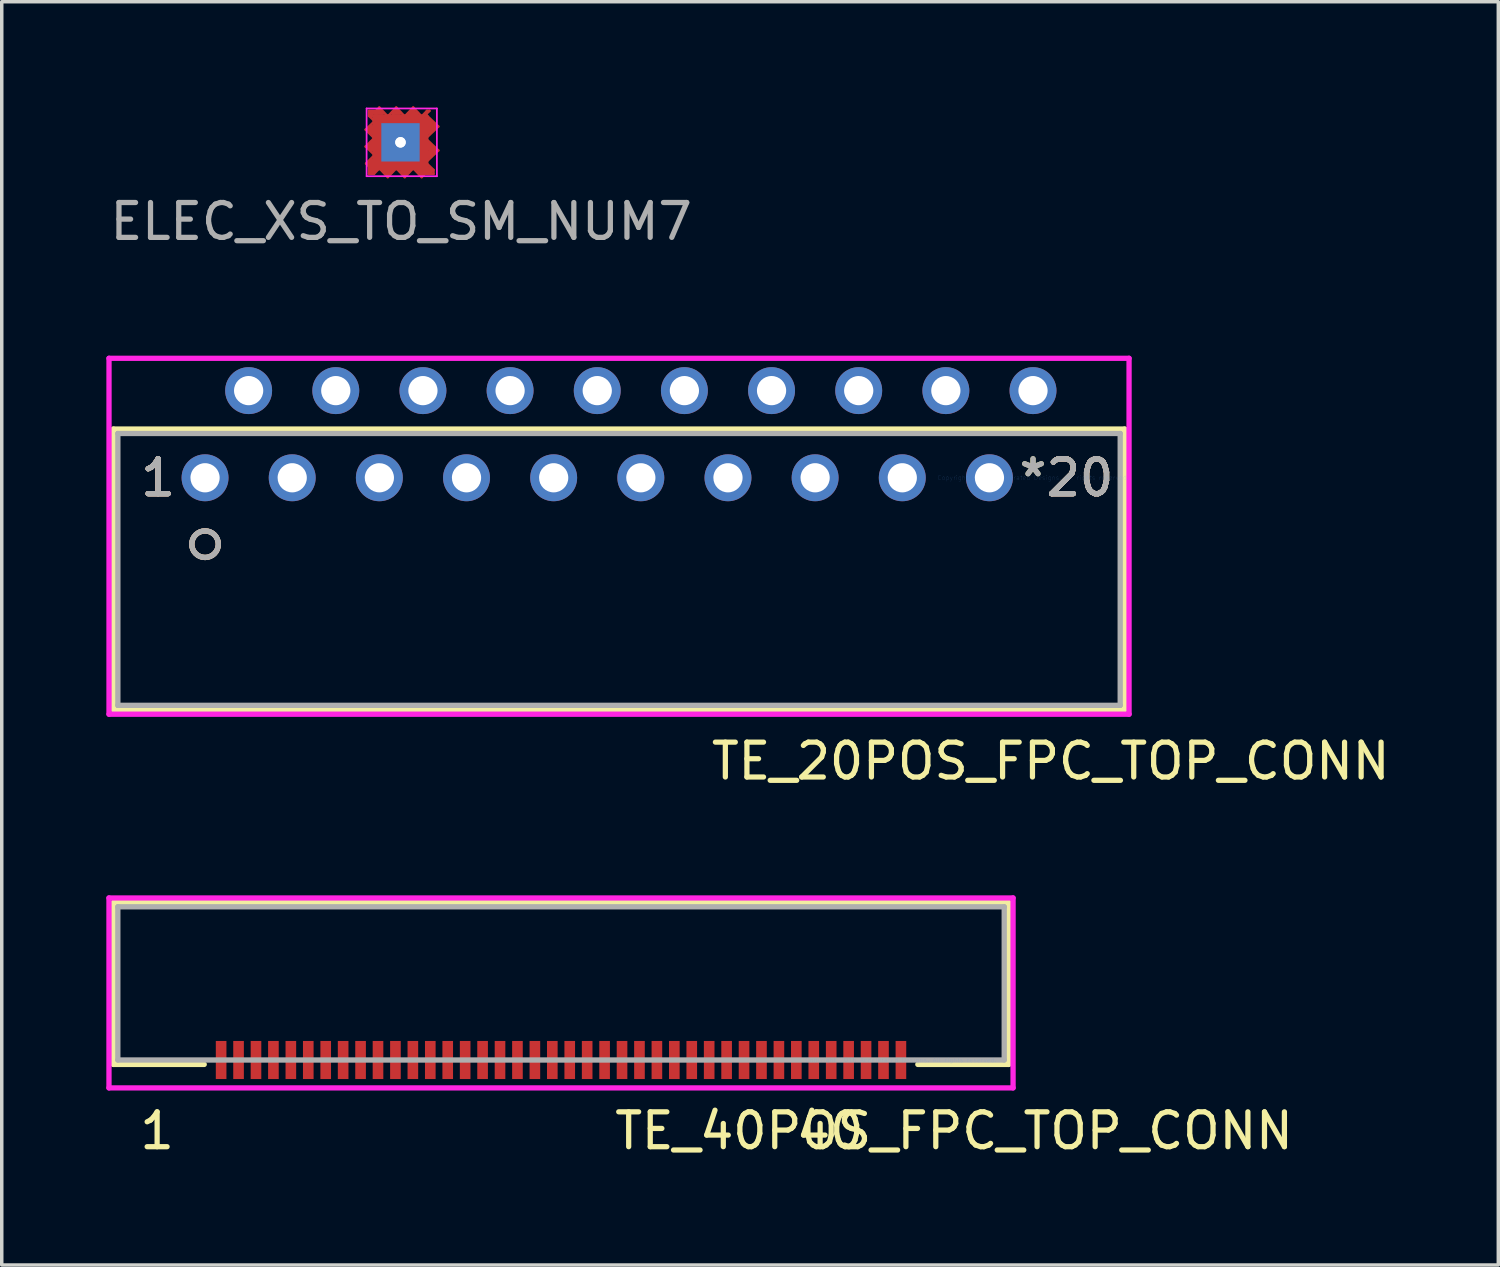
<source format=kicad_pcb>
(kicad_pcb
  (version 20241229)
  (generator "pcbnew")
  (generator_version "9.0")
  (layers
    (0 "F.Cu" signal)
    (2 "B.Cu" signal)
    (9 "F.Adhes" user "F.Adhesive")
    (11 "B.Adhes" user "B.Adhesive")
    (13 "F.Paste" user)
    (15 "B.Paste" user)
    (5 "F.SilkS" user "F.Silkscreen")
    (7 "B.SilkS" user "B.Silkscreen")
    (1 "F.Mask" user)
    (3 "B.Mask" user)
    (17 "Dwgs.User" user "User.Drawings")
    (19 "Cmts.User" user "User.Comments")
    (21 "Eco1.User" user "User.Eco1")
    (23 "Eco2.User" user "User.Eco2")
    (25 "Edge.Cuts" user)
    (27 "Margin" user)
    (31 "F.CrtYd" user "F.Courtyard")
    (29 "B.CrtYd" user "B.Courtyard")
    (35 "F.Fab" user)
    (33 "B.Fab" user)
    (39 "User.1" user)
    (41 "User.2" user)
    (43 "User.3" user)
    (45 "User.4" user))
  (footprint "TE_20POS_FPC_TOP_CONN"
    (layer "F.Cu")
    (at 26.582 10.655)
    (property "Reference" "TE_20POS_FPC_TOP_CONN" (at 0.508 8.128 0) (layer "F.SilkS") (effects (font (size 1 1) (thickness 0.15))))
    (attr through_hole)
    (fp_line (start -26.378 -1.397) (end -26.378 6.655) (stroke (width 0.152) (type solid)) (layer "F.SilkS"))
    (fp_line (start -26.378 6.655) (end 2.628 6.655) (stroke (width 0.152) (type solid)) (layer "F.SilkS"))
    (fp_line (start 2.628 -1.397) (end -26.378 -1.397) (stroke (width 0.152) (type solid)) (layer "F.SilkS"))
    (fp_line (start 2.628 6.655) (end 2.628 -1.397) (stroke (width 0.152) (type solid)) (layer "F.SilkS"))
    (fp_circle (center -23.75 1.905) (end -23.369 1.905) (stroke (width 0.152) (type solid)) (fill no) (layer "F.SilkS"))
    (fp_circle (center -23.75 1.905) (end -23.369 1.905) (stroke (width 0.152) (type solid)) (fill no) (layer "B.SilkS"))
    (fp_line (start -26.505 -3.427) (end -26.505 6.782) (stroke (width 0.152) (type solid)) (layer "F.CrtYd"))
    (fp_line (start -26.505 6.782) (end 2.755 6.782) (stroke (width 0.152) (type solid)) (layer "F.CrtYd"))
    (fp_line (start 2.755 -3.427) (end -26.505 -3.427) (stroke (width 0.152) (type solid)) (layer "F.CrtYd"))
    (fp_line (start 2.755 6.782) (end 2.755 -3.427) (stroke (width 0.152) (type solid)) (layer "F.CrtYd"))
    (fp_line (start -26.251 -1.27) (end -26.251 6.528) (stroke (width 0.152) (type solid)) (layer "F.Fab"))
    (fp_line (start -26.251 6.528) (end 2.501 6.528) (stroke (width 0.152) (type solid)) (layer "F.Fab"))
    (fp_line (start 2.501 -1.27) (end -26.251 -1.27) (stroke (width 0.152) (type solid)) (layer "F.Fab"))
    (fp_line (start 2.501 6.528) (end 2.501 -1.27) (stroke (width 0.152) (type solid)) (layer "F.Fab"))
    (fp_circle (center -23.75 1.905) (end -23.369 1.905) (stroke (width 0.152) (type solid)) (fill no) (layer "F.Fab"))
    (fp_text user "20" (at 1.346 0 0) (layer "F.SilkS") (effects (font (size 1 1) (thickness 0.15))))
    (fp_text user "1" (at -25.096 0 0) (layer "F.SilkS") (effects (font (size 1 1) (thickness 0.15))))
    (fp_text user "*" (at 0 0 0) (layer "F.SilkS") (effects (font (size 1 1) (thickness 0.15))))
    (fp_text user "20" (at 1.346 0 0) (layer "F.SilkS") (effects (font (size 1 1) (thickness 0.15))))
    (fp_text user "1" (at -25.096 0 0) (layer "F.SilkS") (effects (font (size 1 1) (thickness 0.15))))
    (fp_text user "1" (at -25.096 0 0) (layer "B.SilkS") (effects (font (size 1 1) (thickness 0.15))))
    (fp_text user "20" (at 1.346 0 0) (layer "B.SilkS") (effects (font (size 1 1) (thickness 0.15))))
    (fp_text user "20" (at 1.346 0 0) (layer "B.SilkS") (effects (font (size 1 1) (thickness 0.15))))
    (fp_text user "1" (at -25.096 0 0) (layer "B.SilkS") (effects (font (size 1 1) (thickness 0.15))))
    (fp_text user "Copyright 2016 Accelerated Designs. All rights reserved." (at 0 0 0) (layer "Cmts.User") (effects (font (size 0.127 0.127) (thickness 0.002))))
    (fp_text user "1" (at -25.096 0 0) (layer "F.Fab") (effects (font (size 1 1) (thickness 0.15))))
    (fp_text user "1" (at -25.096 0 0) (layer "F.Fab") (effects (font (size 1 1) (thickness 0.15))))
    (fp_text user "*" (at 0 0 0) (layer "F.Fab") (effects (font (size 1 1) (thickness 0.15))))
    (fp_text user "20" (at 1.346 0 0) (layer "F.Fab") (effects (font (size 1 1) (thickness 0.15))))
    (fp_text user "20" (at 1.346 0 0) (layer "F.Fab") (effects (font (size 1 1) (thickness 0.15))))
    (pad "1" thru_hole circle (at -23.75 0) (size 1.346 1.346) (drill 0.838) (layers "*.Cu" "*.Mask"))
    (pad "2" thru_hole circle (at -22.5 -2.5) (size 1.346 1.346) (drill 0.838) (layers "*.Cu" "*.Mask"))
    (pad "3" thru_hole circle (at -21.25 0) (size 1.346 1.346) (drill 0.838) (layers "*.Cu" "*.Mask"))
    (pad "4" thru_hole circle (at -20 -2.5) (size 1.346 1.346) (drill 0.838) (layers "*.Cu" "*.Mask"))
    (pad "5" thru_hole circle (at -18.75 0) (size 1.346 1.346) (drill 0.838) (layers "*.Cu" "*.Mask"))
    (pad "6" thru_hole circle (at -17.5 -2.5) (size 1.346 1.346) (drill 0.838) (layers "*.Cu" "*.Mask"))
    (pad "7" thru_hole circle (at -16.25 0) (size 1.346 1.346) (drill 0.838) (layers "*.Cu" "*.Mask"))
    (pad "8" thru_hole circle (at -15 -2.5) (size 1.346 1.346) (drill 0.838) (layers "*.Cu" "*.Mask"))
    (pad "9" thru_hole circle (at -13.75 0) (size 1.346 1.346) (drill 0.838) (layers "*.Cu" "*.Mask"))
    (pad "10" thru_hole circle (at -12.5 -2.5) (size 1.346 1.346) (drill 0.838) (layers "*.Cu" "*.Mask"))
    (pad "11" thru_hole circle (at -11.25 0) (size 1.346 1.346) (drill 0.838) (layers "*.Cu" "*.Mask"))
    (pad "12" thru_hole circle (at -10 -2.5) (size 1.346 1.346) (drill 0.838) (layers "*.Cu" "*.Mask"))
    (pad "13" thru_hole circle (at -8.75 0) (size 1.346 1.346) (drill 0.838) (layers "*.Cu" "*.Mask"))
    (pad "14" thru_hole circle (at -7.5 -2.5) (size 1.346 1.346) (drill 0.838) (layers "*.Cu" "*.Mask"))
    (pad "15" thru_hole circle (at -6.25 0) (size 1.346 1.346) (drill 0.838) (layers "*.Cu" "*.Mask"))
    (pad "16" thru_hole circle (at -5 -2.5) (size 1.346 1.346) (drill 0.838) (layers "*.Cu" "*.Mask"))
    (pad "17" thru_hole circle (at -3.75 0) (size 1.346 1.346) (drill 0.838) (layers "*.Cu" "*.Mask"))
    (pad "18" thru_hole circle (at -2.5 -2.5) (size 1.346 1.346) (drill 0.838) (layers "*.Cu" "*.Mask"))
    (pad "19" thru_hole circle (at -1.25 0) (size 1.346 1.346) (drill 0.838) (layers "*.Cu" "*.Mask"))
    (pad "20" thru_hole circle (at 0 -2.5) (size 1.346 1.346) (drill 0.838) (layers "*.Cu" "*.Mask")))
  (footprint "ELEC_XS_TO_SM_NUM7"
    (layer "F.Cu")
    (at 8.438 1.033)
    (property "Reference" "ELEC_XS_TO_SM_NUM7" (at 0.02 2.271 0) (layer "F.Fab") (effects (font (size 1 1) (thickness 0.15))))
    (attr through_hole)
    (fp_line (start -0.998 -0.365) (end -0.755 -0.122) (stroke (width 0.071) (type solid)) (layer "F.Cu"))
    (fp_line (start -0.998 0.121) (end -0.743 0.364) (stroke (width 0.071) (type solid)) (layer "F.Cu"))
    (fp_line (start -0.902 -0.759) (end -0.743 -0.607) (stroke (width 0.071) (type solid)) (layer "F.Cu"))
    (fp_line (start -0.902 -0.902) (end -0.902 -0.759) (stroke (width 0.071) (type solid)) (layer "F.Cu"))
    (fp_line (start -0.902 -0.902) (end -0.699 -0.902) (stroke (width 0.071) (type solid)) (layer "F.Cu"))
    (fp_line (start -0.902 0.698) (end -0.986 0.607) (stroke (width 0.071) (type solid)) (layer "F.Cu"))
    (fp_line (start -0.902 0.902) (end -0.902 0.699) (stroke (width 0.071) (type solid)) (layer "F.Cu"))
    (fp_line (start -0.902 0.902) (end -0.759 0.902) (stroke (width 0.071) (type solid)) (layer "F.Cu"))
    (fp_line (start -0.856 -0.851) (end -0.742 -0.851) (stroke (width 0.12) (type solid)) (layer "F.Cu"))
    (fp_line (start -0.843 0.734) (end -0.843 0.831) (stroke (width 0.12) (type solid)) (layer "F.Cu"))
    (fp_line (start -0.843 0.831) (end -0.754 0.831) (stroke (width 0.12) (type solid)) (layer "F.Cu"))
    (fp_line (start -0.841 -0.262) (end -0.912 -0.376) (stroke (width 0.12) (type solid)) (layer "F.Cu"))
    (fp_line (start -0.838 -0.455) (end -0.841 -0.262) (stroke (width 0.12) (type solid)) (layer "F.Cu"))
    (fp_line (start -0.838 0.211) (end -0.909 0.107) (stroke (width 0.12) (type solid)) (layer "F.Cu"))
    (fp_line (start -0.838 0.511) (end -0.836 0.699) (stroke (width 0.12) (type solid)) (layer "F.Cu"))
    (fp_line (start -0.836 0.699) (end -0.907 0.597) (stroke (width 0.12) (type solid)) (layer "F.Cu"))
    (fp_line (start -0.833 0.008) (end -0.838 0.211) (stroke (width 0.12) (type solid)) (layer "F.Cu"))
    (fp_line (start -0.831 -0.843) (end -0.836 -0.757) (stroke (width 0.12) (type solid)) (layer "F.Cu"))
    (fp_line (start -0.755 -0.122) (end -0.998 0.121) (stroke (width 0.071) (type solid)) (layer "F.Cu"))
    (fp_line (start -0.752 -0.752) (end -0.752 0.752) (stroke (width 0.1) (type solid)) (layer "F.Cu"))
    (fp_line (start -0.752 -0.752) (end 0.752 -0.752) (stroke (width 0.1) (type solid)) (layer "F.Cu"))
    (fp_line (start -0.743 -0.607) (end -0.998 -0.365) (stroke (width 0.071) (type solid)) (layer "F.Cu"))
    (fp_line (start -0.743 0.364) (end -0.986 0.607) (stroke (width 0.071) (type solid)) (layer "F.Cu"))
    (fp_line (start -0.706 -0.846) (end -0.599 -0.917) (stroke (width 0.12) (type solid)) (layer "F.Cu"))
    (fp_line (start -0.66 -0.635) (end 0.635 -0.635) (stroke (width 0.2) (type solid)) (layer "F.Cu"))
    (fp_line (start -0.635 0.635) (end -0.635 -0.635) (stroke (width 0.2) (type solid)) (layer "F.Cu"))
    (fp_line (start -0.608 -0.998) (end -0.699 -0.902) (stroke (width 0.071) (type solid)) (layer "F.Cu"))
    (fp_line (start -0.607 0.743) (end -0.759 0.902) (stroke (width 0.071) (type solid)) (layer "F.Cu"))
    (fp_line (start -0.511 -0.846) (end -0.706 -0.846) (stroke (width 0.12) (type solid)) (layer "F.Cu"))
    (fp_line (start -0.465 0.836) (end -0.262 0.836) (stroke (width 0.12) (type solid)) (layer "F.Cu"))
    (fp_line (start -0.365 -0.743) (end -0.608 -0.998) (stroke (width 0.071) (type solid)) (layer "F.Cu"))
    (fp_line (start -0.364 0.998) (end -0.607 0.743) (stroke (width 0.071) (type solid)) (layer "F.Cu"))
    (fp_line (start -0.262 0.836) (end -0.376 0.904) (stroke (width 0.12) (type solid)) (layer "F.Cu"))
    (fp_line (start -0.216 -0.846) (end -0.114 -0.907) (stroke (width 0.12) (type solid)) (layer "F.Cu"))
    (fp_line (start -0.122 -0.998) (end -0.365 -0.743) (stroke (width 0.071) (type solid)) (layer "F.Cu"))
    (fp_line (start -0.121 0.743) (end -0.364 0.998) (stroke (width 0.071) (type solid)) (layer "F.Cu"))
    (fp_line (start -0.023 -0.846) (end -0.216 -0.846) (stroke (width 0.12) (type solid)) (layer "F.Cu"))
    (fp_line (start 0.033 0.841) (end 0.221 0.841) (stroke (width 0.12) (type solid)) (layer "F.Cu"))
    (fp_line (start 0.121 -0.743) (end -0.122 -0.998) (stroke (width 0.071) (type solid)) (layer "F.Cu"))
    (fp_line (start 0.122 0.998) (end -0.121 0.743) (stroke (width 0.071) (type solid)) (layer "F.Cu"))
    (fp_line (start 0.221 0.841) (end 0.112 0.917) (stroke (width 0.12) (type solid)) (layer "F.Cu"))
    (fp_line (start 0.259 -0.833) (end 0.376 -0.899) (stroke (width 0.12) (type solid)) (layer "F.Cu"))
    (fp_line (start 0.365 -0.998) (end 0.121 -0.743) (stroke (width 0.071) (type solid)) (layer "F.Cu"))
    (fp_line (start 0.365 0.743) (end 0.122 0.998) (stroke (width 0.071) (type solid)) (layer "F.Cu"))
    (fp_line (start 0.47 -0.831) (end 0.259 -0.833) (stroke (width 0.12) (type solid)) (layer "F.Cu"))
    (fp_line (start 0.516 0.836) (end 0.749 0.833) (stroke (width 0.12) (type solid)) (layer "F.Cu"))
    (fp_line (start 0.607 -0.743) (end 0.365 -0.998) (stroke (width 0.071) (type solid)) (layer "F.Cu"))
    (fp_line (start 0.608 0.998) (end 0.365 0.743) (stroke (width 0.071) (type solid)) (layer "F.Cu"))
    (fp_line (start 0.608 0.998) (end 0.699 0.902) (stroke (width 0.071) (type solid)) (layer "F.Cu"))
    (fp_line (start 0.625 -0.64) (end 0.625 0.655) (stroke (width 0.2) (type solid)) (layer "F.Cu"))
    (fp_line (start 0.635 0.635) (end -0.66 0.635) (stroke (width 0.2) (type solid)) (layer "F.Cu"))
    (fp_line (start 0.701 0.737) (end 0.833 0.818) (stroke (width 0.2) (type solid)) (layer "F.Cu"))
    (fp_line (start 0.724 -0.798) (end 1.084 -0.454) (stroke (width 0.071) (type solid)) (layer "F.Cu"))
    (fp_line (start 0.724 -0.111) (end 1.084 0.233) (stroke (width 0.071) (type solid)) (layer "F.Cu"))
    (fp_line (start 0.737 0.041) (end 0.94 0.239) (stroke (width 0.2) (type solid)) (layer "F.Cu"))
    (fp_line (start 0.749 0.833) (end 0.605 0.899) (stroke (width 0.12) (type solid)) (layer "F.Cu"))
    (fp_line (start 0.752 -0.752) (end 0.752 0.752) (stroke (width 0.1) (type solid)) (layer "F.Cu"))
    (fp_line (start 0.752 0.752) (end -0.752 0.752) (stroke (width 0.1) (type solid)) (layer "F.Cu"))
    (fp_line (start 0.759 -0.902) (end 0.607 -0.743) (stroke (width 0.071) (type solid)) (layer "F.Cu"))
    (fp_line (start 0.759 -0.902) (end 0.831 -0.902) (stroke (width 0.071) (type solid)) (layer "F.Cu"))
    (fp_line (start 0.767 -0.635) (end 0.935 -0.457) (stroke (width 0.2) (type solid)) (layer "F.Cu"))
    (fp_line (start 0.831 -0.902) (end 0.724 -0.798) (stroke (width 0.071) (type solid)) (layer "F.Cu"))
    (fp_line (start 0.935 -0.457) (end 0.777 -0.32) (stroke (width 0.2) (type solid)) (layer "F.Cu"))
    (fp_line (start 0.94 0.239) (end 0.742 0.401) (stroke (width 0.2) (type solid)) (layer "F.Cu"))
    (fp_line (start 0.948 0.792) (end 0.724 0.577) (stroke (width 0.071) (type solid)) (layer "F.Cu"))
    (fp_line (start 0.948 0.902) (end 0.699 0.902) (stroke (width 0.071) (type solid)) (layer "F.Cu"))
    (fp_line (start 0.948 0.902) (end 0.948 0.792) (stroke (width 0.071) (type solid)) (layer "F.Cu"))
    (fp_line (start 1.084 -0.454) (end 0.724 -0.111) (stroke (width 0.071) (type solid)) (layer "F.Cu"))
    (fp_line (start 1.084 0.233) (end 0.724 0.577) (stroke (width 0.071) (type solid)) (layer "F.Cu"))
    (fp_line (start -0.972 -0.972) (end -0.972 0.972) (stroke (width 0.05) (type solid)) (layer "F.CrtYd"))
    (fp_line (start -0.972 -0.972) (end 1.044 -0.972) (stroke (width 0.05) (type solid)) (layer "F.CrtYd"))
    (fp_line (start -0.972 0.972) (end 1.044 0.972) (stroke (width 0.05) (type solid)) (layer "F.CrtYd"))
    (fp_line (start 1.044 -0.972) (end 1.044 0.972) (stroke (width 0.05) (type solid)) (layer "F.CrtYd"))
    (pad "1" thru_hole circle (at 0 0) (size 0.605 0.605) (drill 0.3) (layers "*.Cu" "*.Mask"))
    (pad "1" thru_hole rect (at 0 0) (size 1.1 1.1) (drill 0.3) (layers "F.Cu" "F.Mask")))
  (footprint "TE_40POS_FPC_TOP_CONN"
    (layer "F.Cu")
    (at 22.793 27.356)
    (property "Reference" "TE_40POS_FPC_TOP_CONN" (at 1.524 2.032 0) (layer "F.SilkS") (effects (font (size 1 1) (thickness 0.15))))
    (attr through_hole)
    (fp_line (start -22.59 -4.521) (end -22.59 0.127) (stroke (width 0.152) (type solid)) (layer "F.SilkS"))
    (fp_line (start -22.59 0.127) (end -19.985 0.127) (stroke (width 0.152) (type solid)) (layer "F.SilkS"))
    (fp_line (start 0.485 0.127) (end 3.09 0.127) (stroke (width 0.152) (type solid)) (layer "F.SilkS"))
    (fp_line (start 3.09 -4.521) (end -22.59 -4.521) (stroke (width 0.152) (type solid)) (layer "F.SilkS"))
    (fp_line (start 3.09 0.127) (end 3.09 -4.521) (stroke (width 0.152) (type solid)) (layer "F.SilkS"))
    (fp_line (start -22.717 -4.648) (end -22.717 0.8) (stroke (width 0.152) (type solid)) (layer "F.CrtYd"))
    (fp_line (start -22.717 0.8) (end 3.217 0.8) (stroke (width 0.152) (type solid)) (layer "F.CrtYd"))
    (fp_line (start 3.217 -4.648) (end -22.717 -4.648) (stroke (width 0.152) (type solid)) (layer "F.CrtYd"))
    (fp_line (start 3.217 0.8) (end 3.217 -4.648) (stroke (width 0.152) (type solid)) (layer "F.CrtYd"))
    (fp_line (start -22.463 -4.394) (end -22.463 0) (stroke (width 0.152) (type solid)) (layer "F.Fab"))
    (fp_line (start -22.463 0) (end 2.963 0) (stroke (width 0.152) (type solid)) (layer "F.Fab"))
    (fp_line (start 2.963 -4.394) (end -22.463 -4.394) (stroke (width 0.152) (type solid)) (layer "F.Fab"))
    (fp_line (start 2.963 0) (end 2.963 -4.394) (stroke (width 0.152) (type solid)) (layer "F.Fab"))
    (fp_text user "1" (at -21.336 2.032 0) (layer "F.SilkS") (effects (font (size 1 1) (thickness 0.15))))
    (fp_text user "40" (at -2.032 2.032 0) (layer "F.SilkS") (effects (font (size 1 1) (thickness 0.15))))
    (fp_text user "Copyright 2016 Accelerated Designs. All rights reserved." (at 0 0 0) (layer "Cmts.User") (effects (font (size 0.127 0.127) (thickness 0.002))))
    (pad "1" smd rect (at -19.5 0) (size 0.305 1.092) (layers "F.Cu" "F.Mask" "F.Paste"))
    (pad "2" smd rect (at -19 0) (size 0.305 1.092) (layers "F.Cu" "F.Mask" "F.Paste"))
    (pad "3" smd rect (at -18.5 0) (size 0.305 1.092) (layers "F.Cu" "F.Mask" "F.Paste"))
    (pad "4" smd rect (at -18 0) (size 0.305 1.092) (layers "F.Cu" "F.Mask" "F.Paste"))
    (pad "5" smd rect (at -17.5 0) (size 0.305 1.092) (layers "F.Cu" "F.Mask" "F.Paste"))
    (pad "6" smd rect (at -17 0) (size 0.305 1.092) (layers "F.Cu" "F.Mask" "F.Paste"))
    (pad "7" smd rect (at -16.5 0) (size 0.305 1.092) (layers "F.Cu" "F.Mask" "F.Paste"))
    (pad "8" smd rect (at -16 0) (size 0.305 1.092) (layers "F.Cu" "F.Mask" "F.Paste"))
    (pad "9" smd rect (at -15.5 0) (size 0.305 1.092) (layers "F.Cu" "F.Mask" "F.Paste"))
    (pad "10" smd rect (at -15 0) (size 0.305 1.092) (layers "F.Cu" "F.Mask" "F.Paste"))
    (pad "11" smd rect (at -14.5 0) (size 0.305 1.092) (layers "F.Cu" "F.Mask" "F.Paste"))
    (pad "12" smd rect (at -14 0) (size 0.305 1.092) (layers "F.Cu" "F.Mask" "F.Paste"))
    (pad "13" smd rect (at -13.5 0) (size 0.305 1.092) (layers "F.Cu" "F.Mask" "F.Paste"))
    (pad "14" smd rect (at -13 0) (size 0.305 1.092) (layers "F.Cu" "F.Mask" "F.Paste"))
    (pad "15" smd rect (at -12.5 0) (size 0.305 1.092) (layers "F.Cu" "F.Mask" "F.Paste"))
    (pad "16" smd rect (at -12 0) (size 0.305 1.092) (layers "F.Cu" "F.Mask" "F.Paste"))
    (pad "17" smd rect (at -11.5 0) (size 0.305 1.092) (layers "F.Cu" "F.Mask" "F.Paste"))
    (pad "18" smd rect (at -11 0) (size 0.305 1.092) (layers "F.Cu" "F.Mask" "F.Paste"))
    (pad "19" smd rect (at -10.5 0) (size 0.305 1.092) (layers "F.Cu" "F.Mask" "F.Paste"))
    (pad "20" smd rect (at -10 0) (size 0.305 1.092) (layers "F.Cu" "F.Mask" "F.Paste"))
    (pad "21" smd rect (at -9.5 0) (size 0.305 1.092) (layers "F.Cu" "F.Mask" "F.Paste"))
    (pad "22" smd rect (at -9 0) (size 0.305 1.092) (layers "F.Cu" "F.Mask" "F.Paste"))
    (pad "23" smd rect (at -8.5 0) (size 0.305 1.092) (layers "F.Cu" "F.Mask" "F.Paste"))
    (pad "24" smd rect (at -8 0) (size 0.305 1.092) (layers "F.Cu" "F.Mask" "F.Paste"))
    (pad "25" smd rect (at -7.5 0) (size 0.305 1.092) (layers "F.Cu" "F.Mask" "F.Paste"))
    (pad "26" smd rect (at -7 0) (size 0.305 1.092) (layers "F.Cu" "F.Mask" "F.Paste"))
    (pad "27" smd rect (at -6.5 0) (size 0.305 1.092) (layers "F.Cu" "F.Mask" "F.Paste"))
    (pad "28" smd rect (at -6 0) (size 0.305 1.092) (layers "F.Cu" "F.Mask" "F.Paste"))
    (pad "29" smd rect (at -5.5 0) (size 0.305 1.092) (layers "F.Cu" "F.Mask" "F.Paste"))
    (pad "30" smd rect (at -5 0) (size 0.305 1.092) (layers "F.Cu" "F.Mask" "F.Paste"))
    (pad "31" smd rect (at -4.5 0) (size 0.305 1.092) (layers "F.Cu" "F.Mask" "F.Paste"))
    (pad "32" smd rect (at -4 0) (size 0.305 1.092) (layers "F.Cu" "F.Mask" "F.Paste"))
    (pad "33" smd rect (at -3.5 0) (size 0.305 1.092) (layers "F.Cu" "F.Mask" "F.Paste"))
    (pad "34" smd rect (at -3 0) (size 0.305 1.092) (layers "F.Cu" "F.Mask" "F.Paste"))
    (pad "35" smd rect (at -2.5 0) (size 0.305 1.092) (layers "F.Cu" "F.Mask" "F.Paste"))
    (pad "36" smd rect (at -2 0) (size 0.305 1.092) (layers "F.Cu" "F.Mask" "F.Paste"))
    (pad "37" smd rect (at -1.5 0) (size 0.305 1.092) (layers "F.Cu" "F.Mask" "F.Paste"))
    (pad "38" smd rect (at -1 0) (size 0.305 1.092) (layers "F.Cu" "F.Mask" "F.Paste"))
    (pad "39" smd rect (at -0.5 0) (size 0.305 1.092) (layers "F.Cu" "F.Mask" "F.Paste"))
    (pad "40" smd rect (at 0.000001 0) (size 0.305 1.092) (layers "F.Cu" "F.Mask" "F.Paste")))
  (gr_rect
    (start -3 -3)
    (end 39.929 33.236)
    (stroke (width 0.1) (type default))
    (fill no)
    (layer "Edge.Cuts")))
</source>
